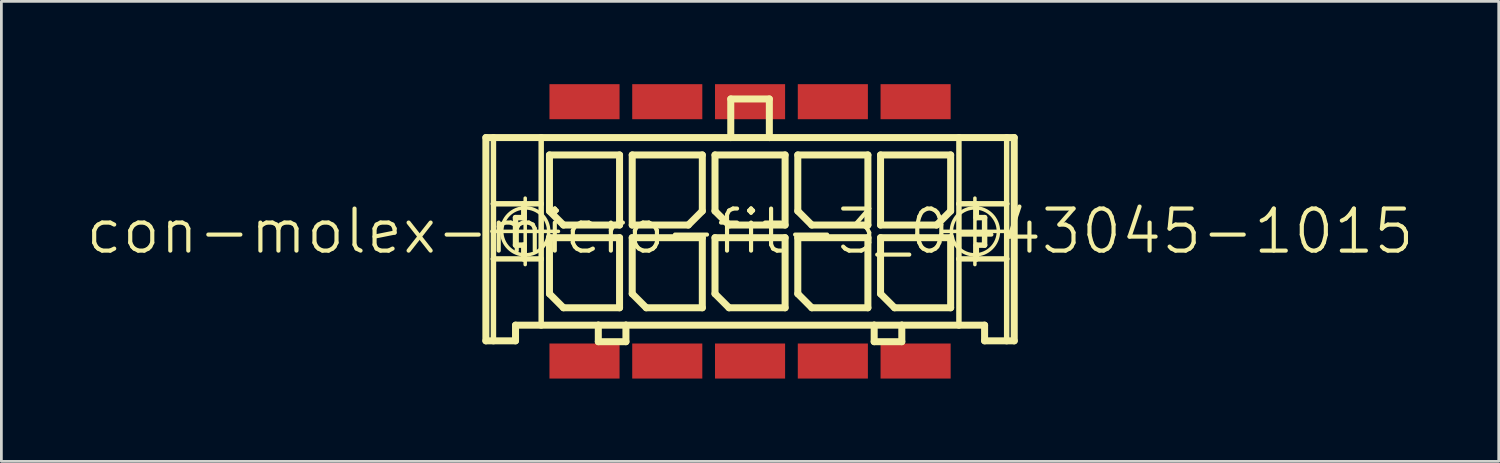
<source format=kicad_pcb>
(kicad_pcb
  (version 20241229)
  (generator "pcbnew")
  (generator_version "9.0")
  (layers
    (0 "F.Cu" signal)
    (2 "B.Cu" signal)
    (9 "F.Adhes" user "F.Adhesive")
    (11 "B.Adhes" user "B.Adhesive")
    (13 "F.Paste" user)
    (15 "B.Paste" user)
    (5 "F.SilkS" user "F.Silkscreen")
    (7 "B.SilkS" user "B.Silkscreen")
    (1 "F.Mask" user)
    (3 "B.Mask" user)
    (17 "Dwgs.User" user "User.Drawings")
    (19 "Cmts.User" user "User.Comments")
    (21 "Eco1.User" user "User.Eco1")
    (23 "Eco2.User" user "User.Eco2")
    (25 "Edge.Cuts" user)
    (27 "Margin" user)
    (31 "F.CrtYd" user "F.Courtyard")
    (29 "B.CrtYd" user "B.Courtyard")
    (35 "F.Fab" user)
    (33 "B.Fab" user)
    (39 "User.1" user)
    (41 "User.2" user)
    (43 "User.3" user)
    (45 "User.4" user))
  (footprint "con-molex-micro-fit-3_0-43045-1015"
    (layer "F.Cu")
    (at 24.13 5.334)
    (property "Reference" "con-molex-micro-fit-3_0-43045-1015" (at 0 0 0) (layer "F.SilkS") (effects (font (size 1.524 1.524) (thickness 0.15))))
    (attr smd)
    (fp_line (start -9.573 -3.399) (end -9.299 -3.399) (stroke (width 0.254) (type solid)) (layer "F.SilkS"))
    (fp_line (start -9.573 3.967) (end -9.573 -3.399) (stroke (width 0.254) (type solid)) (layer "F.SilkS"))
    (fp_line (start -9.355 0) (end -6.944 0) (stroke (width 0.127) (type solid)) (layer "F.SilkS"))
    (fp_line (start -9.299 -3.399) (end -7.569 -3.399) (stroke (width 0.254) (type solid)) (layer "F.SilkS"))
    (fp_line (start -9.299 -0.998) (end -9.299 -3.399) (stroke (width 0.198) (type solid)) (layer "F.SilkS"))
    (fp_line (start -9.299 0.998) (end -9.299 -0.998) (stroke (width 0.198) (type solid)) (layer "F.SilkS"))
    (fp_line (start -9.299 3.967) (end -9.573 3.967) (stroke (width 0.254) (type solid)) (layer "F.SilkS"))
    (fp_line (start -9.299 3.967) (end -9.299 0.998) (stroke (width 0.198) (type solid)) (layer "F.SilkS"))
    (fp_line (start -8.499 -0.498) (end -8.499 0.498) (stroke (width 0.198) (type solid)) (layer "F.SilkS"))
    (fp_line (start -8.499 0.498) (end -8.199 0.498) (stroke (width 0.198) (type solid)) (layer "F.SilkS"))
    (fp_line (start -8.499 3.399) (end -8.499 3.967) (stroke (width 0.254) (type solid)) (layer "F.SilkS"))
    (fp_line (start -8.499 3.967) (end -9.299 3.967) (stroke (width 0.254) (type solid)) (layer "F.SilkS"))
    (fp_line (start -8.199 -0.998) (end -9.299 -0.998) (stroke (width 0.198) (type solid)) (layer "F.SilkS"))
    (fp_line (start -8.199 -0.998) (end -8.199 -0.498) (stroke (width 0.198) (type solid)) (layer "F.SilkS"))
    (fp_line (start -8.199 -0.498) (end -8.499 -0.498) (stroke (width 0.198) (type solid)) (layer "F.SilkS"))
    (fp_line (start -8.199 0.498) (end -8.199 0.998) (stroke (width 0.198) (type solid)) (layer "F.SilkS"))
    (fp_line (start -8.199 0.998) (end -9.299 0.998) (stroke (width 0.198) (type solid)) (layer "F.SilkS"))
    (fp_line (start -8.148 1.204) (end -8.148 -1.204) (stroke (width 0.127) (type solid)) (layer "F.SilkS"))
    (fp_line (start -7.569 -3.399) (end -0.699 -3.399) (stroke (width 0.254) (type solid)) (layer "F.SilkS"))
    (fp_line (start -7.569 -0.998) (end -8.199 -0.998) (stroke (width 0.198) (type solid)) (layer "F.SilkS"))
    (fp_line (start -7.569 -0.998) (end -7.569 -3.399) (stroke (width 0.198) (type solid)) (layer "F.SilkS"))
    (fp_line (start -7.569 0.998) (end -8.199 0.998) (stroke (width 0.198) (type solid)) (layer "F.SilkS"))
    (fp_line (start -7.569 0.998) (end -7.569 -0.998) (stroke (width 0.198) (type solid)) (layer "F.SilkS"))
    (fp_line (start -7.569 3.399) (end -8.499 3.399) (stroke (width 0.254) (type solid)) (layer "F.SilkS"))
    (fp_line (start -7.569 3.399) (end -7.569 0.998) (stroke (width 0.198) (type solid)) (layer "F.SilkS"))
    (fp_line (start -7.269 -2.769) (end -4.729 -2.769) (stroke (width 0.254) (type solid)) (layer "F.SilkS"))
    (fp_line (start -7.269 -0.737) (end -7.269 -2.769) (stroke (width 0.254) (type solid)) (layer "F.SilkS"))
    (fp_line (start -7.269 0.229) (end -4.729 0.229) (stroke (width 0.254) (type solid)) (layer "F.SilkS"))
    (fp_line (start -7.269 2.261) (end -7.269 0.229) (stroke (width 0.254) (type solid)) (layer "F.SilkS"))
    (fp_line (start -6.761 -0.229) (end -7.269 -0.737) (stroke (width 0.254) (type solid)) (layer "F.SilkS"))
    (fp_line (start -6.761 2.769) (end -7.269 2.261) (stroke (width 0.254) (type solid)) (layer "F.SilkS"))
    (fp_line (start -5.499 3.399) (end -7.569 3.399) (stroke (width 0.254) (type solid)) (layer "F.SilkS"))
    (fp_line (start -5.499 3.399) (end -5.499 3.998) (stroke (width 0.254) (type solid)) (layer "F.SilkS"))
    (fp_line (start -5.499 3.998) (end -4.498 3.998) (stroke (width 0.254) (type solid)) (layer "F.SilkS"))
    (fp_line (start -4.729 -2.769) (end -4.729 -0.229) (stroke (width 0.254) (type solid)) (layer "F.SilkS"))
    (fp_line (start -4.729 -0.229) (end -6.761 -0.229) (stroke (width 0.254) (type solid)) (layer "F.SilkS"))
    (fp_line (start -4.729 0.229) (end -4.729 2.769) (stroke (width 0.254) (type solid)) (layer "F.SilkS"))
    (fp_line (start -4.729 2.769) (end -6.761 2.769) (stroke (width 0.254) (type solid)) (layer "F.SilkS"))
    (fp_line (start -4.498 3.399) (end -5.499 3.399) (stroke (width 0.254) (type solid)) (layer "F.SilkS"))
    (fp_line (start -4.498 3.998) (end -4.498 3.399) (stroke (width 0.254) (type solid)) (layer "F.SilkS"))
    (fp_line (start -4.27 -2.769) (end -4.27 -0.229) (stroke (width 0.254) (type solid)) (layer "F.SilkS"))
    (fp_line (start -4.27 -0.229) (end -2.238 -0.229) (stroke (width 0.254) (type solid)) (layer "F.SilkS"))
    (fp_line (start -4.27 0.229) (end -1.73 0.229) (stroke (width 0.254) (type solid)) (layer "F.SilkS"))
    (fp_line (start -4.27 2.261) (end -4.27 0.229) (stroke (width 0.254) (type solid)) (layer "F.SilkS"))
    (fp_line (start -3.762 2.769) (end -4.27 2.261) (stroke (width 0.254) (type solid)) (layer "F.SilkS"))
    (fp_line (start -2.238 -0.229) (end -1.73 -0.737) (stroke (width 0.254) (type solid)) (layer "F.SilkS"))
    (fp_line (start -1.73 -2.769) (end -4.27 -2.769) (stroke (width 0.254) (type solid)) (layer "F.SilkS"))
    (fp_line (start -1.73 -0.737) (end -1.73 -2.769) (stroke (width 0.254) (type solid)) (layer "F.SilkS"))
    (fp_line (start -1.73 0.229) (end -1.73 2.769) (stroke (width 0.254) (type solid)) (layer "F.SilkS"))
    (fp_line (start -1.73 2.769) (end -3.762 2.769) (stroke (width 0.254) (type solid)) (layer "F.SilkS"))
    (fp_line (start -1.27 -2.769) (end 1.27 -2.769) (stroke (width 0.254) (type solid)) (layer "F.SilkS"))
    (fp_line (start -1.27 -0.737) (end -1.27 -2.769) (stroke (width 0.254) (type solid)) (layer "F.SilkS"))
    (fp_line (start -1.27 0.229) (end 1.27 0.229) (stroke (width 0.254) (type solid)) (layer "F.SilkS"))
    (fp_line (start -1.27 2.261) (end -1.27 0.229) (stroke (width 0.254) (type solid)) (layer "F.SilkS"))
    (fp_line (start -0.762 -0.229) (end -1.27 -0.737) (stroke (width 0.254) (type solid)) (layer "F.SilkS"))
    (fp_line (start -0.762 2.769) (end -1.27 2.261) (stroke (width 0.254) (type solid)) (layer "F.SilkS"))
    (fp_line (start -0.699 -4.798) (end -0.699 -3.399) (stroke (width 0.254) (type solid)) (layer "F.SilkS"))
    (fp_line (start -0.699 -4.798) (end 0.699 -4.798) (stroke (width 0.254) (type solid)) (layer "F.SilkS"))
    (fp_line (start -0.699 -3.399) (end 0.699 -3.399) (stroke (width 0.254) (type solid)) (layer "F.SilkS"))
    (fp_line (start 0.699 -4.798) (end 0.699 -3.399) (stroke (width 0.254) (type solid)) (layer "F.SilkS"))
    (fp_line (start 0.699 -3.399) (end 7.569 -3.399) (stroke (width 0.254) (type solid)) (layer "F.SilkS"))
    (fp_line (start 1.27 -2.769) (end 1.27 -0.229) (stroke (width 0.254) (type solid)) (layer "F.SilkS"))
    (fp_line (start 1.27 -0.229) (end -0.762 -0.229) (stroke (width 0.254) (type solid)) (layer "F.SilkS"))
    (fp_line (start 1.27 0.229) (end 1.27 2.769) (stroke (width 0.254) (type solid)) (layer "F.SilkS"))
    (fp_line (start 1.27 2.769) (end -0.762 2.769) (stroke (width 0.254) (type solid)) (layer "F.SilkS"))
    (fp_line (start 1.73 -2.769) (end 4.27 -2.769) (stroke (width 0.254) (type solid)) (layer "F.SilkS"))
    (fp_line (start 1.73 -0.737) (end 1.73 -2.769) (stroke (width 0.254) (type solid)) (layer "F.SilkS"))
    (fp_line (start 1.73 0.229) (end 4.27 0.229) (stroke (width 0.254) (type solid)) (layer "F.SilkS"))
    (fp_line (start 1.73 2.261) (end 1.73 0.229) (stroke (width 0.254) (type solid)) (layer "F.SilkS"))
    (fp_line (start 2.238 -0.229) (end 1.73 -0.737) (stroke (width 0.254) (type solid)) (layer "F.SilkS"))
    (fp_line (start 2.238 2.769) (end 1.73 2.261) (stroke (width 0.254) (type solid)) (layer "F.SilkS"))
    (fp_line (start 4.27 -2.769) (end 4.27 -0.229) (stroke (width 0.254) (type solid)) (layer "F.SilkS"))
    (fp_line (start 4.27 -0.229) (end 2.238 -0.229) (stroke (width 0.254) (type solid)) (layer "F.SilkS"))
    (fp_line (start 4.27 0.229) (end 4.27 2.769) (stroke (width 0.254) (type solid)) (layer "F.SilkS"))
    (fp_line (start 4.27 2.769) (end 2.238 2.769) (stroke (width 0.254) (type solid)) (layer "F.SilkS"))
    (fp_line (start 4.498 3.399) (end -4.498 3.399) (stroke (width 0.254) (type solid)) (layer "F.SilkS"))
    (fp_line (start 4.498 3.399) (end 4.498 3.998) (stroke (width 0.254) (type solid)) (layer "F.SilkS"))
    (fp_line (start 4.498 3.998) (end 5.499 3.998) (stroke (width 0.254) (type solid)) (layer "F.SilkS"))
    (fp_line (start 4.729 -2.769) (end 4.729 -0.229) (stroke (width 0.254) (type solid)) (layer "F.SilkS"))
    (fp_line (start 4.729 -0.229) (end 6.761 -0.229) (stroke (width 0.254) (type solid)) (layer "F.SilkS"))
    (fp_line (start 4.729 0.229) (end 7.269 0.229) (stroke (width 0.254) (type solid)) (layer "F.SilkS"))
    (fp_line (start 4.729 2.261) (end 4.729 0.229) (stroke (width 0.254) (type solid)) (layer "F.SilkS"))
    (fp_line (start 5.237 2.769) (end 4.729 2.261) (stroke (width 0.254) (type solid)) (layer "F.SilkS"))
    (fp_line (start 5.499 3.399) (end 4.498 3.399) (stroke (width 0.254) (type solid)) (layer "F.SilkS"))
    (fp_line (start 5.499 3.998) (end 5.499 3.399) (stroke (width 0.254) (type solid)) (layer "F.SilkS"))
    (fp_line (start 6.761 -0.229) (end 7.269 -0.737) (stroke (width 0.254) (type solid)) (layer "F.SilkS"))
    (fp_line (start 6.944 0) (end 9.355 0) (stroke (width 0.127) (type solid)) (layer "F.SilkS"))
    (fp_line (start 7.269 -2.769) (end 4.729 -2.769) (stroke (width 0.254) (type solid)) (layer "F.SilkS"))
    (fp_line (start 7.269 -0.737) (end 7.269 -2.769) (stroke (width 0.254) (type solid)) (layer "F.SilkS"))
    (fp_line (start 7.269 0.229) (end 7.269 2.769) (stroke (width 0.254) (type solid)) (layer "F.SilkS"))
    (fp_line (start 7.269 2.769) (end 5.237 2.769) (stroke (width 0.254) (type solid)) (layer "F.SilkS"))
    (fp_line (start 7.569 -3.399) (end 7.569 -0.998) (stroke (width 0.198) (type solid)) (layer "F.SilkS"))
    (fp_line (start 7.569 -3.399) (end 9.299 -3.399) (stroke (width 0.254) (type solid)) (layer "F.SilkS"))
    (fp_line (start 7.569 -0.998) (end 7.569 0.998) (stroke (width 0.198) (type solid)) (layer "F.SilkS"))
    (fp_line (start 7.569 -0.998) (end 8.199 -0.998) (stroke (width 0.198) (type solid)) (layer "F.SilkS"))
    (fp_line (start 7.569 0.998) (end 7.569 3.399) (stroke (width 0.198) (type solid)) (layer "F.SilkS"))
    (fp_line (start 7.569 0.998) (end 8.199 0.998) (stroke (width 0.198) (type solid)) (layer "F.SilkS"))
    (fp_line (start 7.569 3.399) (end 5.499 3.399) (stroke (width 0.254) (type solid)) (layer "F.SilkS"))
    (fp_line (start 8.148 1.204) (end 8.148 -1.204) (stroke (width 0.127) (type solid)) (layer "F.SilkS"))
    (fp_line (start 8.199 -0.998) (end 8.199 -0.498) (stroke (width 0.198) (type solid)) (layer "F.SilkS"))
    (fp_line (start 8.199 -0.998) (end 9.299 -0.998) (stroke (width 0.198) (type solid)) (layer "F.SilkS"))
    (fp_line (start 8.199 -0.498) (end 8.499 -0.498) (stroke (width 0.198) (type solid)) (layer "F.SilkS"))
    (fp_line (start 8.199 0.498) (end 8.199 0.998) (stroke (width 0.198) (type solid)) (layer "F.SilkS"))
    (fp_line (start 8.199 0.998) (end 9.299 0.998) (stroke (width 0.198) (type solid)) (layer "F.SilkS"))
    (fp_line (start 8.499 -0.498) (end 8.499 0.498) (stroke (width 0.198) (type solid)) (layer "F.SilkS"))
    (fp_line (start 8.499 0.498) (end 8.199 0.498) (stroke (width 0.198) (type solid)) (layer "F.SilkS"))
    (fp_line (start 8.499 3.399) (end 7.569 3.399) (stroke (width 0.254) (type solid)) (layer "F.SilkS"))
    (fp_line (start 8.499 3.967) (end 8.499 3.399) (stroke (width 0.254) (type solid)) (layer "F.SilkS"))
    (fp_line (start 8.499 3.967) (end 9.299 3.967) (stroke (width 0.254) (type solid)) (layer "F.SilkS"))
    (fp_line (start 9.299 -3.399) (end 9.573 -3.399) (stroke (width 0.254) (type solid)) (layer "F.SilkS"))
    (fp_line (start 9.299 -0.998) (end 9.299 -3.399) (stroke (width 0.198) (type solid)) (layer "F.SilkS"))
    (fp_line (start 9.299 0.998) (end 9.299 -0.998) (stroke (width 0.198) (type solid)) (layer "F.SilkS"))
    (fp_line (start 9.299 3.967) (end 9.299 0.998) (stroke (width 0.198) (type solid)) (layer "F.SilkS"))
    (fp_line (start 9.299 3.967) (end 9.573 3.967) (stroke (width 0.254) (type solid)) (layer "F.SilkS"))
    (fp_line (start 9.573 -3.399) (end 9.573 3.967) (stroke (width 0.254) (type solid)) (layer "F.SilkS"))
    (fp_circle (center -8.148 0) (end -8.75 0.602) (stroke (width 0.127) (type solid)) (fill no) (layer "F.SilkS"))
    (fp_circle (center 8.148 0) (end 8.75 0.602) (stroke (width 0.127) (type solid)) (fill no) (layer "F.SilkS"))
    (pad "P$1" smd rect (at 5.999 4.699) (size 2.54 1.27) (layers "F.Cu" "F.Mask" "F.Paste"))
    (pad "P$2" smd rect (at 3 4.699) (size 2.54 1.27) (layers "F.Cu" "F.Mask" "F.Paste"))
    (pad "P$3" smd rect (at 0 4.699) (size 2.54 1.27) (layers "F.Cu" "F.Mask" "F.Paste"))
    (pad "P$4" smd rect (at -3 4.699) (size 2.54 1.27) (layers "F.Cu" "F.Mask" "F.Paste"))
    (pad "P$5" smd rect (at -5.999 4.699) (size 2.54 1.27) (layers "F.Cu" "F.Mask" "F.Paste"))
    (pad "P$6" smd rect (at 5.999 -4.699) (size 2.54 1.27) (layers "F.Cu" "F.Mask" "F.Paste"))
    (pad "P$7" smd rect (at 3 -4.699) (size 2.54 1.27) (layers "F.Cu" "F.Mask" "F.Paste"))
    (pad "P$8" smd rect (at 0 -4.699) (size 2.54 1.27) (layers "F.Cu" "F.Mask" "F.Paste"))
    (pad "P$9" smd rect (at -3 -4.699) (size 2.54 1.27) (layers "F.Cu" "F.Mask" "F.Paste"))
    (pad "P$10" smd rect (at -5.999 -4.699) (size 2.54 1.27) (layers "F.Cu" "F.Mask" "F.Paste")))
  (gr_rect
    (start -3 -3)
    (end 51.26 13.668)
    (stroke (width 0.1) (type default))
    (fill no)
    (layer "Edge.Cuts")))
</source>
